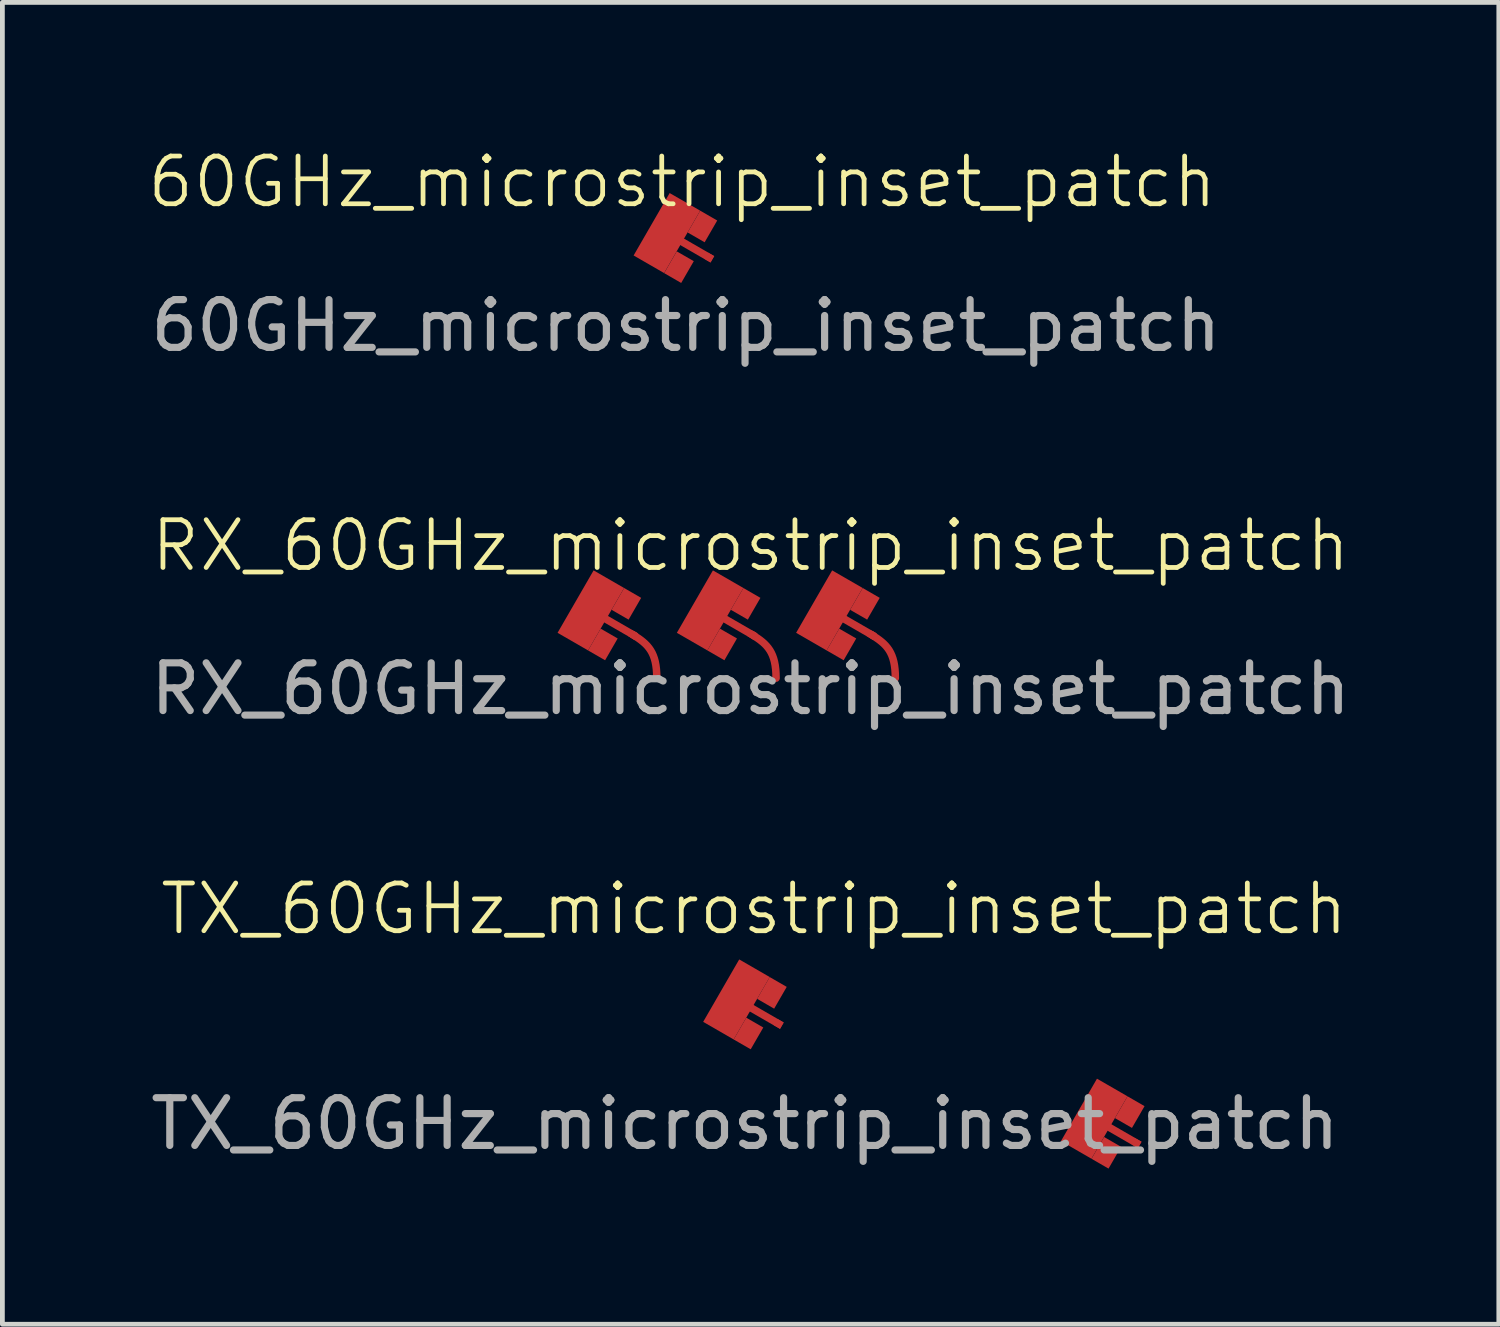
<source format=kicad_pcb>
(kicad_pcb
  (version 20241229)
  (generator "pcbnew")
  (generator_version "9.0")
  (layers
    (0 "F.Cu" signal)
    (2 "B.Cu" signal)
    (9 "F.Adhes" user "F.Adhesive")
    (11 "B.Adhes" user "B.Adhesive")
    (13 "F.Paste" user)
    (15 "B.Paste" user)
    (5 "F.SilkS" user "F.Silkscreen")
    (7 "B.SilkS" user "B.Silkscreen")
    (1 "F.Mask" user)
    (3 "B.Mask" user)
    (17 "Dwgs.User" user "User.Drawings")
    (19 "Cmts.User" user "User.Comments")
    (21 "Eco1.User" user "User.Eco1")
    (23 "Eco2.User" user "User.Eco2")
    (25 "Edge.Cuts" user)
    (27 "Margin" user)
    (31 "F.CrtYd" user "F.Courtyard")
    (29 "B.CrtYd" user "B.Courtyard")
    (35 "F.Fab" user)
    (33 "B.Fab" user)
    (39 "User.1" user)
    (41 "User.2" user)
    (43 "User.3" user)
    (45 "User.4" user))
  (footprint "RX_60GHz_microstrip_inset_patch"
    (layer "F.Cu")
    (at 12.003 9.839)
    (property "Reference" "RX_60GHz_microstrip_inset_patch" (at 0.67 -1.46 0) (unlocked yes) (layer "F.SilkS") (effects (font (size 1 1) (thickness 0.1))))
    (attr smd)
    (fp_curve (pts (xy -1.792 0.408) (xy -1.474 0.606) (xy -1.294 0.775) (xy -1.296 1.316)) (stroke (width 0.157) (type solid)) (layer "F.Cu"))
    (fp_curve (pts (xy 0.706 0.408) (xy 1.024 0.606) (xy 1.204 0.775) (xy 1.203 1.316)) (stroke (width 0.157) (type solid)) (layer "F.Cu"))
    (fp_curve (pts (xy 3.204 0.408) (xy 3.523 0.606) (xy 3.703 0.775) (xy 3.701 1.316)) (stroke (width 0.157) (type solid)) (layer "F.Cu"))
    (fp_text user "${REFERENCE}" (at 0.67 1.54 0) (unlocked yes) (layer "F.Fab") (effects (font (size 1 1) (thickness 0.15))))
    (pad "1" smd rect (at -2.677 -0.103 60) (size 1.51 0.738) (layers "F.Cu" "F.Mask"))
    (pad "1" smd custom (at -2.425 0.61 60) (size 0.527 0.412) (layers "F.Cu" "F.Mask") (options (anchor rect)) (primitives))
    (pad "1" smd custom (at -2.07 0.247 60) (size 0.157 0.8) (layers "F.Cu" "F.Mask") (options (anchor rect)) (primitives))
    (pad "1" smd custom (at -1.933 -0.241 60) (size 0.527 0.412) (layers "F.Cu" "F.Mask") (options (anchor rect)) (primitives))
    (pad "1" smd custom (at -1.792 0.408 60) (size 0.15 0.15) (layers "F.Cu" "F.Mask") (options (anchor rect)) (primitives))
    (pad "2" smd rect (at -0.178 -0.103 60) (size 1.51 0.738) (layers "F.Cu" "F.Mask"))
    (pad "2" smd custom (at 0.074 0.61 60) (size 0.527 0.412) (layers "F.Cu" "F.Mask") (options (anchor rect)) (primitives))
    (pad "2" smd custom (at 0.428 0.247 60) (size 0.157 0.8) (layers "F.Cu" "F.Mask") (options (anchor rect)) (primitives))
    (pad "2" smd custom (at 0.565 -0.241 60) (size 0.527 0.412) (layers "F.Cu" "F.Mask") (options (anchor rect)) (primitives))
    (pad "2" smd custom (at 0.706 0.408 60) (size 0.15 0.15) (layers "F.Cu" "F.Mask") (options (anchor rect)) (primitives))
    (pad "3" smd rect (at 2.32 -0.103 60) (size 1.51 0.738) (layers "F.Cu" "F.Mask"))
    (pad "3" smd custom (at 2.572 0.61 60) (size 0.527 0.412) (layers "F.Cu" "F.Mask") (options (anchor rect)) (primitives))
    (pad "3" smd custom (at 2.926 0.247 60) (size 0.157 0.8) (layers "F.Cu" "F.Mask") (options (anchor rect)) (primitives))
    (pad "3" smd custom (at 3.064 -0.241 60) (size 0.527 0.412) (layers "F.Cu" "F.Mask") (options (anchor rect)) (primitives))
    (pad "3" smd custom (at 3.204 0.408 60) (size 0.15 0.15) (layers "F.Cu" "F.Mask") (options (anchor rect)) (primitives))
    (zone (net_name "") (layers "F.Cu" "F.Mask" "B.Cu" "B.Mask" "F.SilkS" "B.SilkS" "F.Paste" "B.Paste") (hatch edge 0.5) (connect_pads) (min_thickness 0.25) (filled_areas_thickness no) (keepout (tracks not_allowed) (vias not_allowed) (pads not_allowed) (copperpour not_allowed) (footprints not_allowed)) (placement (enabled no)) (fill) (polygon (pts (xy 12.003 8.499) (xy 16.103 8.499) (xy 16.103 11.139) (xy 8.003 11.139) (xy 7.993 8.499)))))
  (footprint "60GHz_microstrip_inset_patch"
    (layer "F.Cu")
    (at 11.24 2.671)
    (property "Reference" "60GHz_microstrip_inset_patch" (at 0 -1.91 0) (unlocked yes) (layer "F.SilkS") (effects (font (size 1 1) (thickness 0.1))))
    (attr smd)
    (fp_text user "${REFERENCE}" (at 0.078 1.1 0) (unlocked yes) (layer "F.Fab") (effects (font (size 1 1) (thickness 0.15))))
    (pad "1" smd rect (at -0.321 -0.839 60) (size 1.51 0.738) (layers "F.Cu" "F.Mask"))
    (pad "1" smd custom (at -0.068 -0.125 60) (size 0.527 0.412) (layers "F.Cu" "F.Mask") (options (anchor rect)) (primitives))
    (pad "1" smd custom (at 0.286 -0.489 60) (size 0.157 0.8) (layers "F.Cu" "F.Mask") (options (anchor rect)) (primitives))
    (pad "1" smd custom (at 0.423 -0.977 60) (size 0.527 0.412) (layers "F.Cu" "F.Mask") (options (anchor rect)) (primitives))
    (pad "1" smd custom (at 0.564 -0.328 60) (size 0.15 0.15) (layers "F.Cu" "F.Mask") (options (anchor rect)) (primitives)))
  (footprint "TX_60GHz_microstrip_inset_patch"
    (layer "F.Cu")
    (at 12.554 17.988)
    (property "Reference" "TX_60GHz_microstrip_inset_patch" (at 0.19 -2 0) (unlocked yes) (layer "F.SilkS") (effects (font (size 1 1) (thickness 0.1))))
    (attr smd)
    (fp_rect (start -1.2 -1.3) (end 1.6 1.15) (stroke (width 0.1) (type solid)) (fill yes) (layer "F.Mask"))
    (fp_rect (start 6.29 1.2) (end 9.09 3.65) (stroke (width 0.1) (type solid)) (fill yes) (layer "F.Mask"))
    (fp_text user "${REFERENCE}" (at 0 2.5 0) (unlocked yes) (layer "F.Fab") (effects (font (size 1 1) (thickness 0.15))))
    (pad "1" smd rect (at -0.178 -0.103 60) (size 1.51 0.738) (layers "F.Cu" "F.Mask"))
    (pad "1" smd custom (at 0.074 0.61 60) (size 0.527 0.412) (layers "F.Cu" "F.Mask") (options (anchor rect)) (primitives))
    (pad "1" smd custom (at 0.428 0.247 60) (size 0.157 0.8) (layers "F.Cu" "F.Mask") (options (anchor rect)) (primitives))
    (pad "1" smd custom (at 0.565 -0.241 60) (size 0.527 0.412) (layers "F.Cu" "F.Mask") (options (anchor rect)) (primitives))
    (pad "1" smd custom (at 0.706 0.408 60) (size 0.15 0.15) (layers "F.Cu" "F.Mask") (options (anchor rect)) (primitives))
    (pad "2" smd rect (at 7.316 2.395 60) (size 1.51 0.738) (layers "F.Cu" "F.Mask"))
    (pad "2" smd custom (at 7.569 3.109 60) (size 0.527 0.412) (layers "F.Cu" "F.Mask") (options (anchor rect)) (primitives))
    (pad "2" smd custom (at 7.923 2.745 60) (size 0.157 0.8) (layers "F.Cu" "F.Mask") (options (anchor rect)) (primitives))
    (pad "2" smd custom (at 8.06 2.257 60) (size 0.527 0.412) (layers "F.Cu" "F.Mask") (options (anchor rect)) (primitives))
    (pad "2" smd custom (at 8.201 2.906 60) (size 0.15 0.15) (layers "F.Cu" "F.Mask") (options (anchor rect)) (primitives))
    (zone (net_name "") (layers "F.Cu" "F.Mask" "B.Cu" "B.Mask" "F.SilkS" "B.SilkS" "F.Adhes" "B.Adhes" "F.Paste" "B.Paste") (hatch edge 0.5) (connect_pads) (min_thickness 0.25) (filled_areas_thickness no) (keepout (tracks not_allowed) (vias not_allowed) (pads not_allowed) (copperpour allowed) (footprints allowed)) (placement (enabled no)) (fill) (polygon (pts (xy 14.204 16.638) (xy 11.304 16.638) (xy 11.304 19.188) (xy 14.204 19.188))))
    (zone (net_name "") (layers "F.Cu" "F.Mask" "B.Cu" "B.Mask" "F.SilkS" "B.SilkS" "F.Adhes" "B.Adhes" "F.Paste" "B.Paste") (hatch edge 0.5) (connect_pads) (min_thickness 0.25) (filled_areas_thickness no) (keepout (tracks not_allowed) (vias not_allowed) (pads not_allowed) (copperpour allowed) (footprints allowed)) (placement (enabled no)) (fill) (polygon (pts (xy 14.204 16.638) (xy 11.304 16.638) (xy 11.304 19.188) (xy 14.204 19.188))))
    (zone (net_name "") (layers "F.Cu" "F.Mask" "B.Cu" "B.Mask" "F.SilkS" "B.SilkS" "F.Adhes" "B.Adhes" "F.Paste" "B.Paste") (hatch edge 0.5) (connect_pads) (min_thickness 0.25) (filled_areas_thickness no) (keepout (tracks not_allowed) (vias not_allowed) (pads not_allowed) (copperpour allowed) (footprints allowed)) (placement (enabled no)) (fill) (polygon (pts (xy 14.204 16.638) (xy 11.304 16.638) (xy 11.304 19.188) (xy 14.204 19.188))))
    (zone (net_name "") (layers "F.Cu" "F.Mask" "B.Cu" "B.Mask" "F.SilkS" "B.SilkS" "F.Adhes" "B.Adhes" "F.Paste" "B.Paste") (hatch edge 0.5) (connect_pads) (min_thickness 0.25) (filled_areas_thickness no) (keepout (tracks not_allowed) (vias not_allowed) (pads not_allowed) (copperpour allowed) (footprints allowed)) (placement (enabled no)) (fill) (polygon (pts (xy 14.204 16.638) (xy 11.304 16.638) (xy 11.304 19.188) (xy 14.204 19.188))))
    (zone (net_name "") (layers "F.Cu" "F.Mask" "B.Cu" "B.Mask" "F.SilkS" "B.SilkS" "F.Adhes" "B.Adhes" "F.Paste" "B.Paste") (hatch edge 0.5) (connect_pads) (min_thickness 0.25) (filled_areas_thickness no) (keepout (tracks not_allowed) (vias not_allowed) (pads not_allowed) (copperpour allowed) (footprints allowed)) (placement (enabled no)) (fill) (polygon (pts (xy 21.698 19.136) (xy 18.798 19.136) (xy 18.798 21.686) (xy 21.698 21.686))))
    (zone (net_name "") (layers "F.Cu" "F.Mask" "B.Cu" "B.Mask" "F.SilkS" "B.SilkS" "F.Adhes" "B.Adhes" "F.Paste" "B.Paste") (hatch edge 0.5) (connect_pads) (min_thickness 0.25) (filled_areas_thickness no) (keepout (tracks not_allowed) (vias not_allowed) (pads not_allowed) (copperpour allowed) (footprints allowed)) (placement (enabled no)) (fill) (polygon (pts (xy 21.698 19.136) (xy 18.798 19.136) (xy 18.798 21.686) (xy 21.698 21.686))))
    (zone (net_name "") (layers "F.Cu" "F.Mask" "B.Cu" "B.Mask" "F.SilkS" "B.SilkS" "F.Adhes" "B.Adhes" "F.Paste" "B.Paste") (hatch edge 0.5) (connect_pads) (min_thickness 0.25) (filled_areas_thickness no) (keepout (tracks not_allowed) (vias not_allowed) (pads not_allowed) (copperpour allowed) (footprints allowed)) (placement (enabled no)) (fill) (polygon (pts (xy 21.698 19.136) (xy 18.798 19.136) (xy 18.798 21.686) (xy 21.698 21.686))))
    (zone (net_name "") (layers "F.Cu" "F.Mask" "B.Cu" "B.Mask" "F.SilkS" "B.SilkS" "F.Adhes" "B.Adhes" "F.Paste" "B.Paste") (hatch edge 0.5) (connect_pads) (min_thickness 0.25) (filled_areas_thickness no) (keepout (tracks not_allowed) (vias not_allowed) (pads not_allowed) (copperpour allowed) (footprints allowed)) (placement (enabled no)) (fill) (polygon (pts (xy 21.698 19.136) (xy 18.798 19.136) (xy 18.798 21.686) (xy 21.698 21.686)))))
  (gr_rect
    (start -3 -3)
    (end 28.345 24.688)
    (stroke (width 0.1) (type default))
    (fill no)
    (layer "Edge.Cuts")))
</source>
